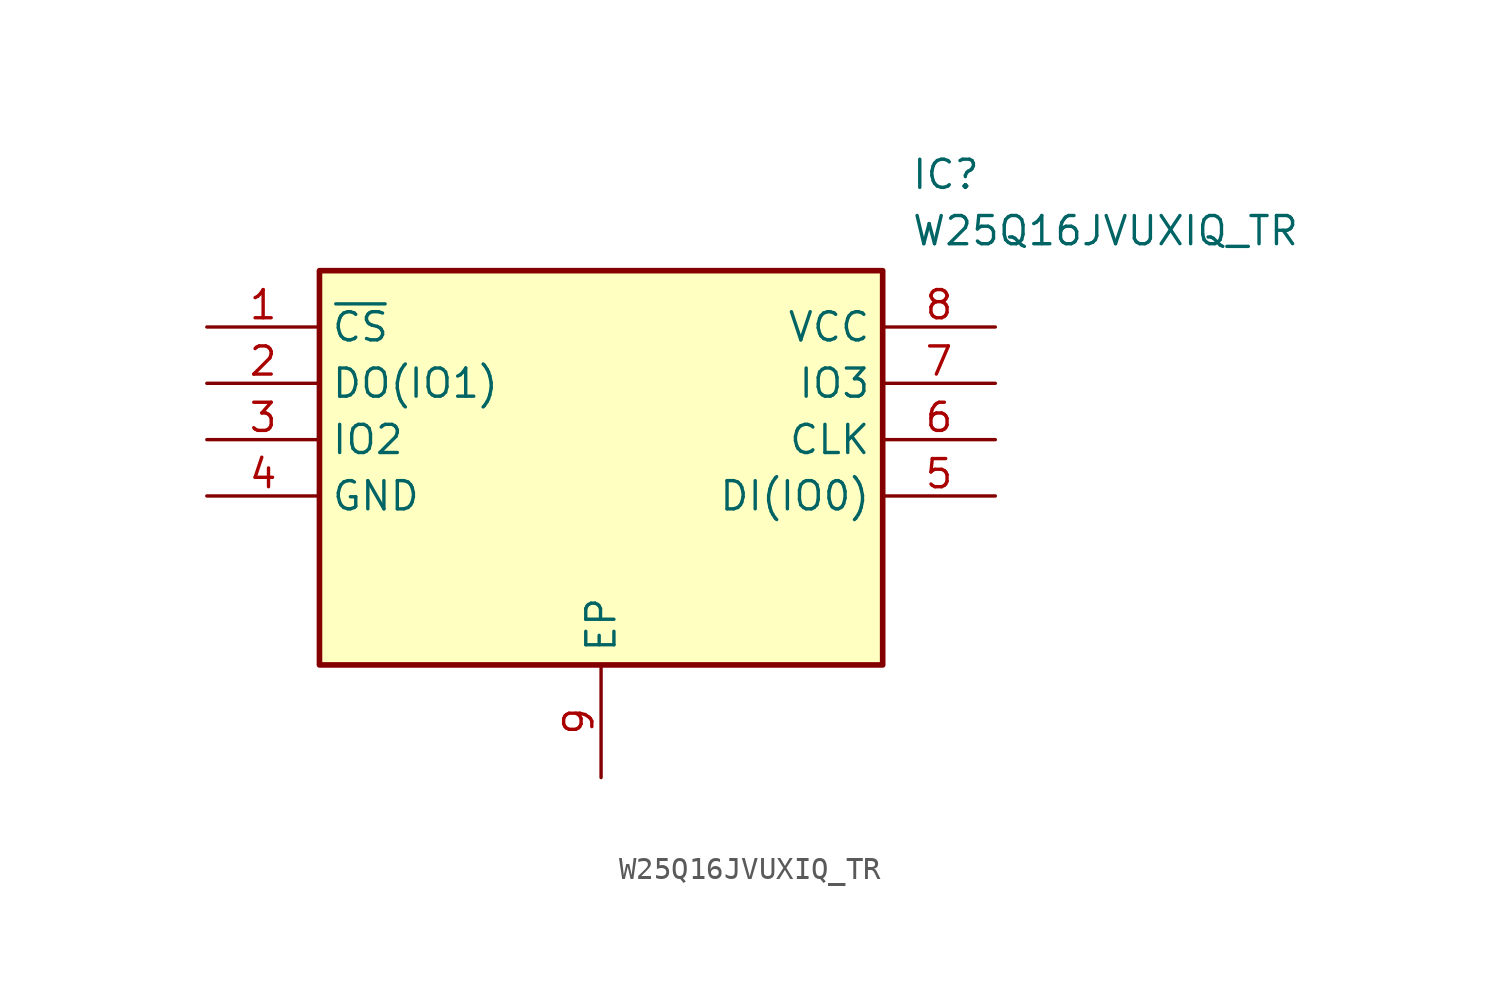
<source format=kicad_sym>
(kicad_symbol_lib
  (version 20231120)
  (generator "kicad_symbol_editor")
  (generator_version "8.0")
  (symbol "W25Q16JVUXIQ_TR"
    (property "Reference" "IC"
      (at 31.75 7.62 0)
      (effects (font (size 1.27 1.27)) (justify left top)))
    (property "Value" "W25Q16JVUXIQ_TR"
      (at 31.75 5.08 0)
      (effects (font (size 1.27 1.27)) (justify left top)))
    (symbol "W25Q16JVUXIQ_TR_1_1"
      (rectangle (start 5.08 2.54) (end 30.48 -15.24) (stroke (width 0.254) (type default)) (fill (type background)))
      (pin passive line (at 0 0 0) (length 5.08) (name "~{CS}" (effects (font (size 1.27 1.27)))) (number "1" (effects (font (size 1.27 1.27)))))
      (pin passive line (at 0 -2.54 0) (length 5.08) (name "DO(IO1)" (effects (font (size 1.27 1.27)))) (number "2" (effects (font (size 1.27 1.27)))))
      (pin passive line (at 0 -5.08 0) (length 5.08) (name "IO2" (effects (font (size 1.27 1.27)))) (number "3" (effects (font (size 1.27 1.27)))))
      (pin passive line (at 0 -7.62 0) (length 5.08) (name "GND" (effects (font (size 1.27 1.27)))) (number "4" (effects (font (size 1.27 1.27)))))
      (pin passive line (at 35.56 -7.62 180) (length 5.08) (name "DI(IO0)" (effects (font (size 1.27 1.27)))) (number "5" (effects (font (size 1.27 1.27)))))
      (pin passive line (at 35.56 -5.08 180) (length 5.08) (name "CLK" (effects (font (size 1.27 1.27)))) (number "6" (effects (font (size 1.27 1.27)))))
      (pin passive line (at 35.56 -2.54 180) (length 5.08) (name "IO3" (effects (font (size 1.27 1.27)))) (number "7" (effects (font (size 1.27 1.27)))))
      (pin passive line (at 35.56 0 180) (length 5.08) (name "VCC" (effects (font (size 1.27 1.27)))) (number "8" (effects (font (size 1.27 1.27)))))
      (pin passive line (at 17.78 -20.32 90) (length 5.08) (name "EP" (effects (font (size 1.27 1.27)))) (number "9" (effects (font (size 1.27 1.27))))))))
</source>
